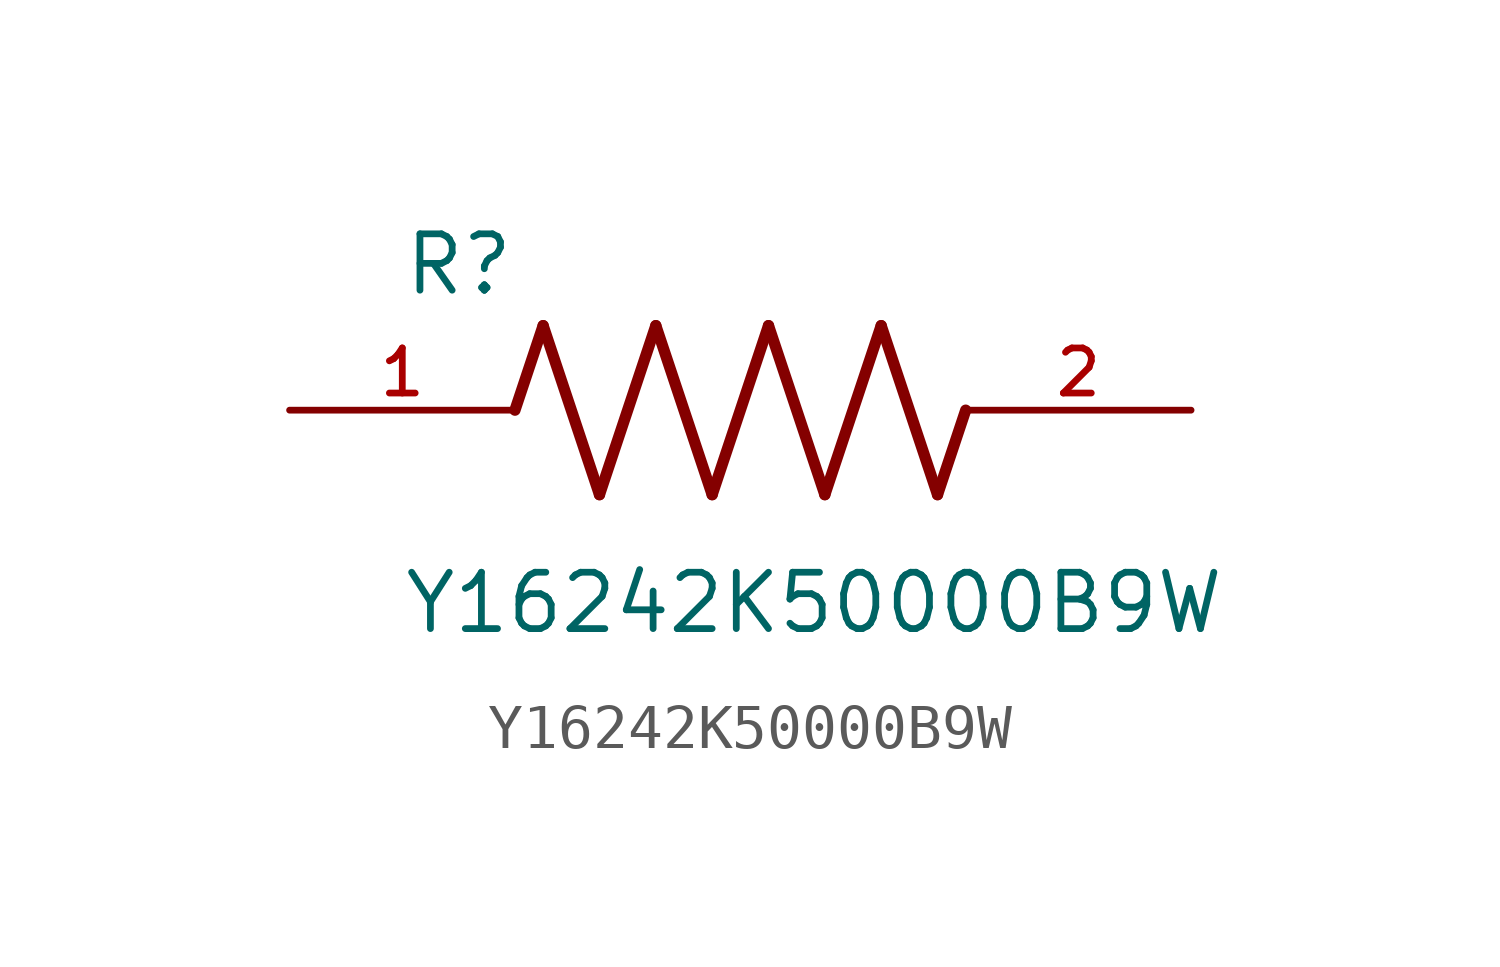
<source format=kicad_sym>
(kicad_symbol_lib
  (version 20211014)
  (generator kicad_symbol_editor)
  (symbol "Y16242K50000B9W"
    (pin_names
      (offset 1.016))
    (property "Reference" "R"
      (at -7.624 2.541 0)
      (effects (font (size 1.27 1.27)) (justify bottom left)))
    (property "Value" "Y16242K50000B9W"
      (at -7.63 -5.087 0)
      (effects (font (size 1.27 1.27)) (justify bottom left)))
    (symbol "Y16242K50000B9W_0_0"
      (polyline (pts (xy -5.08 0.0) (xy -4.445 1.905)) (stroke (width 0.254)))
      (polyline (pts (xy -4.445 1.905) (xy -3.175 -1.905)) (stroke (width 0.254)))
      (polyline (pts (xy -3.175 -1.905) (xy -1.905 1.905)) (stroke (width 0.254)))
      (polyline (pts (xy -1.905 1.905) (xy -0.635 -1.905)) (stroke (width 0.254)))
      (polyline (pts (xy -0.635 -1.905) (xy 0.635 1.905)) (stroke (width 0.254)))
      (polyline (pts (xy 0.635 1.905) (xy 1.905 -1.905)) (stroke (width 0.254)))
      (polyline (pts (xy 1.905 -1.905) (xy 3.175 1.905)) (stroke (width 0.254)))
      (polyline (pts (xy 3.175 1.905) (xy 4.445 -1.905)) (stroke (width 0.254)))
      (polyline (pts (xy 4.445 -1.905) (xy 5.08 0.0)) (stroke (width 0.254)))
      (pin passive line (at -10.16 0.0 0) (length 5.08) (name "~" (effects (font (size 1.016 1.016)))) (number "1" (effects (font (size 1.016 1.016)))))
      (pin passive line (at 10.16 0.0 180.0) (length 5.08) (name "~" (effects (font (size 1.016 1.016)))) (number "2" (effects (font (size 1.016 1.016))))))))
</source>
